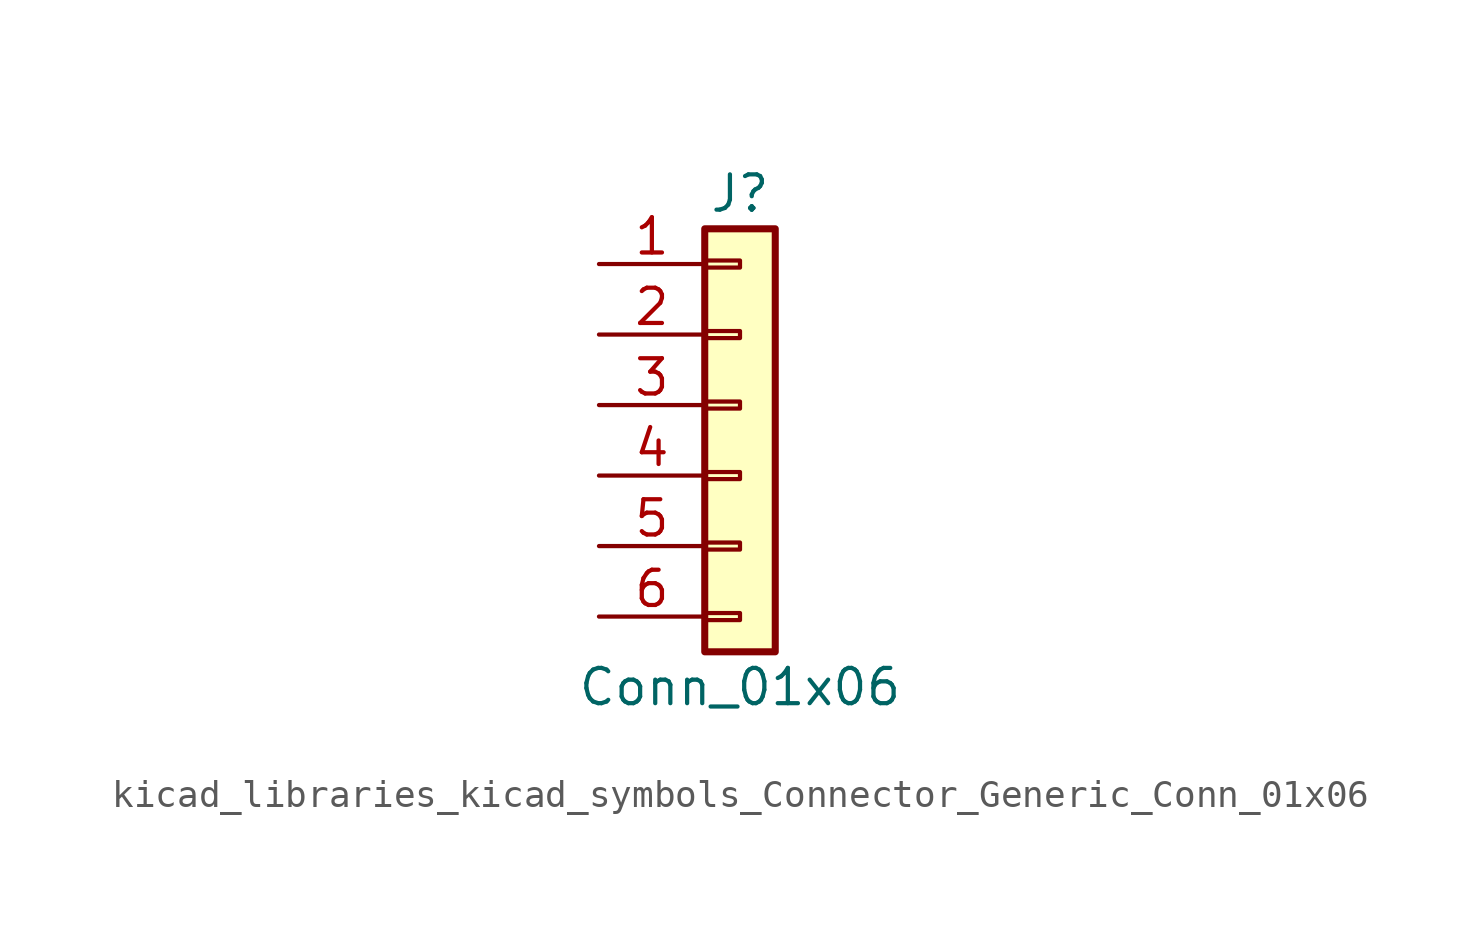
<source format=kicad_sym>
(kicad_symbol_lib
  (version 20220914)
  (generator kicad_symbol_editor)
  (symbol "kicad_libraries_kicad_symbols_Connector_Generic_Conn_01x06"
    (pin_names
      (offset 1.016) hide)
    (property "Reference" "J"
      (at 0 7.62 0)
      (effects (font (size 1.27 1.27))))
    (property "Value" "Conn_01x06"
      (at 0 -10.16 0)
      (effects (font (size 1.27 1.27))))
    (symbol "kicad_libraries_kicad_symbols_Connector_Generic_Conn_01x06_1_1"
      (rectangle (start -1.27 -7.493) (end 0 -7.747) (stroke (width 0.152) (type default)) (fill (type none)))
      (rectangle (start -1.27 -4.953) (end 0 -5.207) (stroke (width 0.152) (type default)) (fill (type none)))
      (rectangle (start -1.27 -2.413) (end 0 -2.667) (stroke (width 0.152) (type default)) (fill (type none)))
      (rectangle (start -1.27 0.127) (end 0 -0.127) (stroke (width 0.152) (type default)) (fill (type none)))
      (rectangle (start -1.27 2.667) (end 0 2.413) (stroke (width 0.152) (type default)) (fill (type none)))
      (rectangle (start -1.27 5.207) (end 0 4.953) (stroke (width 0.152) (type default)) (fill (type none)))
      (rectangle (start -1.27 6.35) (end 1.27 -8.89) (stroke (width 0.254) (type default)) (fill (type background)))
      (pin passive line (at -5.08 5.08 0) (length 3.81) (name "Pin_1" (effects (font (size 1.27 1.27)))) (number "1" (effects (font (size 1.27 1.27)))))
      (pin passive line (at -5.08 2.54 0) (length 3.81) (name "Pin_2" (effects (font (size 1.27 1.27)))) (number "2" (effects (font (size 1.27 1.27)))))
      (pin passive line (at -5.08 0 0) (length 3.81) (name "Pin_3" (effects (font (size 1.27 1.27)))) (number "3" (effects (font (size 1.27 1.27)))))
      (pin passive line (at -5.08 -2.54 0) (length 3.81) (name "Pin_4" (effects (font (size 1.27 1.27)))) (number "4" (effects (font (size 1.27 1.27)))))
      (pin passive line (at -5.08 -5.08 0) (length 3.81) (name "Pin_5" (effects (font (size 1.27 1.27)))) (number "5" (effects (font (size 1.27 1.27)))))
      (pin passive line (at -5.08 -7.62 0) (length 3.81) (name "Pin_6" (effects (font (size 1.27 1.27)))) (number "6" (effects (font (size 1.27 1.27))))))))
</source>
